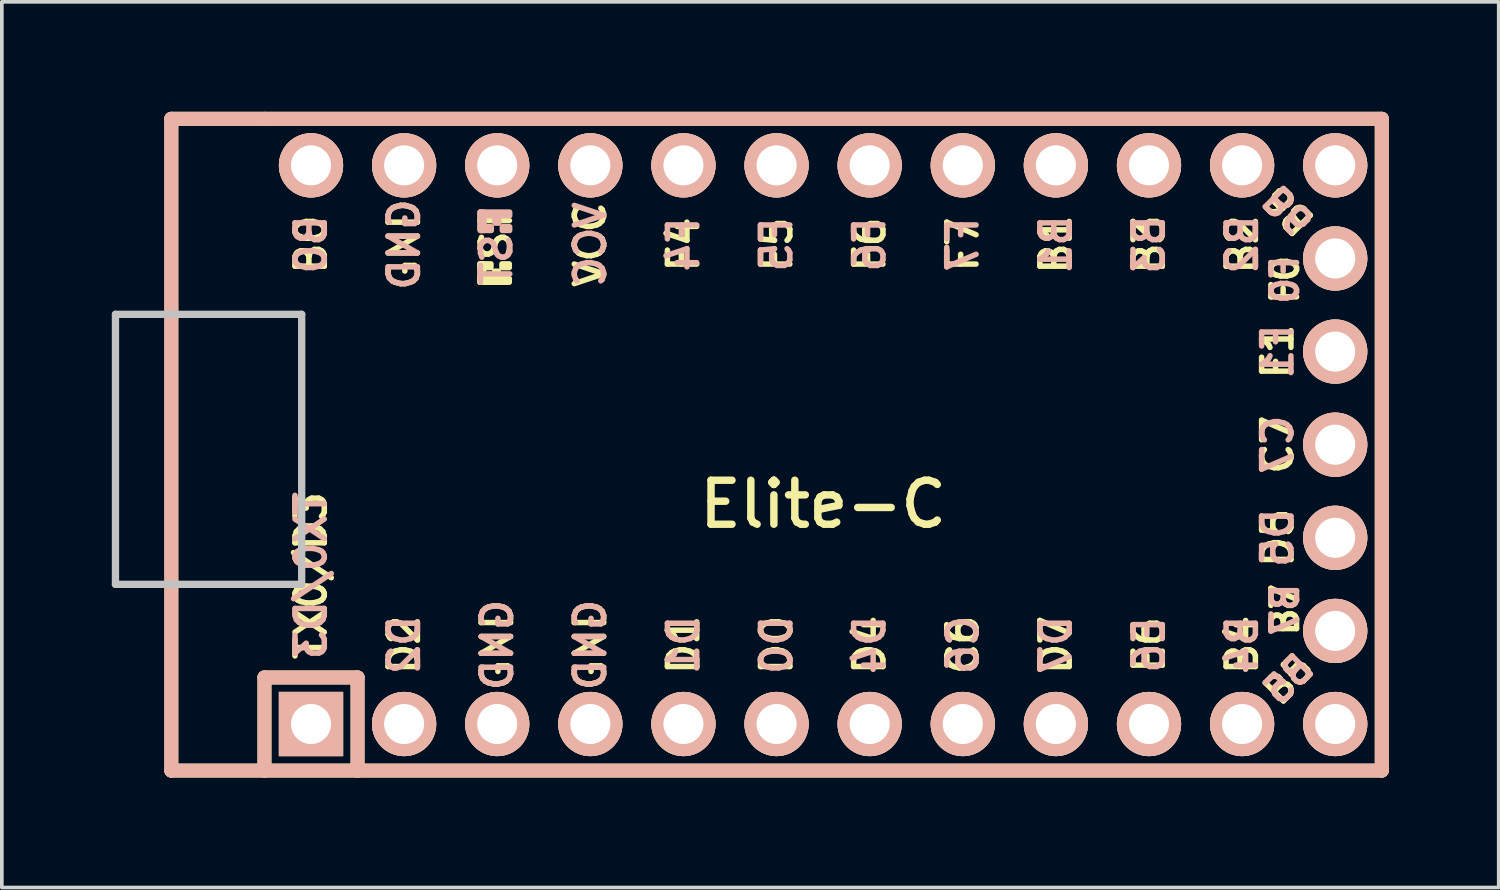
<source format=kicad_pcb>
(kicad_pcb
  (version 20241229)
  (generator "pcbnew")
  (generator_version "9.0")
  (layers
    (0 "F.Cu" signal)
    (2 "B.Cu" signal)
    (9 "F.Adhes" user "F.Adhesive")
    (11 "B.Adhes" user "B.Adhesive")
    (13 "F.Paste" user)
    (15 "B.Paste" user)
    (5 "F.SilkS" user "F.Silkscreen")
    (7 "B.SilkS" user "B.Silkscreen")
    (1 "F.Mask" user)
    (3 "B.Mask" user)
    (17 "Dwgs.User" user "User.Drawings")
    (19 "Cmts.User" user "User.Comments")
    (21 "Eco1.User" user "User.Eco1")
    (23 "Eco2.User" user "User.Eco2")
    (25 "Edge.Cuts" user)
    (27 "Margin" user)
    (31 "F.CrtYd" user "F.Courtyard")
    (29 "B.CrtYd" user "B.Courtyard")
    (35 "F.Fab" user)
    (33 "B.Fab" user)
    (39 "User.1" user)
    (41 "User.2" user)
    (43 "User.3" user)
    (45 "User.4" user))
  (footprint "Elite-C"
    (layer "F.Cu")
    (at 19.404 9.081)
    (property "Reference" "Elite-C" (at 0 1.625 0) (layer "F.SilkS") (effects (font (size 1.2 1.2) (thickness 0.203))))
    (attr through_hole)
    (fp_line (start -17.78 -8.89) (end -17.78 8.89) (stroke (width 0.381) (type solid)) (layer "F.SilkS"))
    (fp_line (start -17.78 8.89) (end -15.24 8.89) (stroke (width 0.381) (type solid)) (layer "F.SilkS"))
    (fp_line (start -15.24 -8.89) (end -17.78 -8.89) (stroke (width 0.381) (type solid)) (layer "F.SilkS"))
    (fp_line (start -15.24 6.35) (end -15.24 8.89) (stroke (width 0.381) (type solid)) (layer "F.SilkS"))
    (fp_line (start -15.24 6.35) (end -12.7 6.35) (stroke (width 0.381) (type solid)) (layer "F.SilkS"))
    (fp_line (start -15.24 8.89) (end 15.24 8.89) (stroke (width 0.381) (type solid)) (layer "F.SilkS"))
    (fp_line (start -12.7 6.35) (end -12.7 8.89) (stroke (width 0.381) (type solid)) (layer "F.SilkS"))
    (fp_line (start 15.24 -8.89) (end -15.24 -8.89) (stroke (width 0.381) (type solid)) (layer "F.SilkS"))
    (fp_line (start 15.24 8.89) (end 15.24 -8.89) (stroke (width 0.381) (type solid)) (layer "F.SilkS"))
    (fp_poly (pts (xy -9.361 -4.932) (xy -9.261 -4.932) (xy -9.261 -4.432) (xy -9.361 -4.432)) (stroke (width 0.15) (type solid)) (fill yes) (layer "F.SilkS"))
    (fp_poly (pts (xy -9.361 -4.932) (xy -9.061 -4.932) (xy -9.061 -4.832) (xy -9.361 -4.832)) (stroke (width 0.15) (type solid)) (fill yes) (layer "F.SilkS"))
    (fp_poly (pts (xy -9.361 -4.532) (xy -8.561 -4.532) (xy -8.561 -4.432) (xy -9.361 -4.432)) (stroke (width 0.15) (type solid)) (fill yes) (layer "F.SilkS"))
    (fp_poly (pts (xy -8.961 -4.732) (xy -8.861 -4.732) (xy -8.861 -4.632) (xy -8.961 -4.632)) (stroke (width 0.15) (type solid)) (fill yes) (layer "F.SilkS"))
    (fp_poly (pts (xy -8.761 -4.932) (xy -8.561 -4.932) (xy -8.561 -4.832) (xy -8.761 -4.832)) (stroke (width 0.15) (type solid)) (fill yes) (layer "F.SilkS"))
    (fp_line (start -17.78 -8.89) (end -17.78 8.89) (stroke (width 0.381) (type solid)) (layer "B.SilkS"))
    (fp_line (start -17.78 8.89) (end 15.24 8.89) (stroke (width 0.381) (type solid)) (layer "B.SilkS"))
    (fp_line (start -15.24 6.35) (end -15.24 8.89) (stroke (width 0.381) (type solid)) (layer "B.SilkS"))
    (fp_line (start -15.24 6.35) (end -12.7 6.35) (stroke (width 0.381) (type solid)) (layer "B.SilkS"))
    (fp_line (start -12.7 6.35) (end -12.7 8.89) (stroke (width 0.381) (type solid)) (layer "B.SilkS"))
    (fp_line (start 15.24 -8.89) (end -17.78 -8.89) (stroke (width 0.381) (type solid)) (layer "B.SilkS"))
    (fp_line (start 15.24 8.89) (end 15.24 -8.89) (stroke (width 0.381) (type solid)) (layer "B.SilkS"))
    (fp_poly (pts (xy -9.351 -6.245) (xy -8.551 -6.245) (xy -8.551 -6.345) (xy -9.351 -6.345)) (stroke (width 0.15) (type solid)) (fill yes) (layer "B.SilkS"))
    (fp_poly (pts (xy -9.351 -5.845) (xy -9.251 -5.845) (xy -9.251 -6.345) (xy -9.351 -6.345)) (stroke (width 0.15) (type solid)) (fill yes) (layer "B.SilkS"))
    (fp_poly (pts (xy -9.351 -5.845) (xy -9.051 -5.845) (xy -9.051 -5.945) (xy -9.351 -5.945)) (stroke (width 0.15) (type solid)) (fill yes) (layer "B.SilkS"))
    (fp_poly (pts (xy -8.951 -6.045) (xy -8.851 -6.045) (xy -8.851 -6.145) (xy -8.951 -6.145)) (stroke (width 0.15) (type solid)) (fill yes) (layer "B.SilkS"))
    (fp_poly (pts (xy -8.751 -5.845) (xy -8.551 -5.845) (xy -8.551 -5.945) (xy -8.751 -5.945)) (stroke (width 0.15) (type solid)) (fill yes) (layer "B.SilkS"))
    (fp_line (start -19.304 -3.556) (end -14.224 -3.556) (stroke (width 0.2) (type solid)) (layer "Dwgs.User"))
    (fp_line (start -19.304 3.81) (end -19.304 -3.556) (stroke (width 0.2) (type solid)) (layer "Dwgs.User"))
    (fp_line (start -14.224 -3.556) (end -14.224 3.81) (stroke (width 0.2) (type solid)) (layer "Dwgs.User"))
    (fp_line (start -14.224 3.81) (end -19.304 3.81) (stroke (width 0.2) (type solid)) (layer "Dwgs.User"))
    (fp_text user "GND" (at -11.43 -5.461 90) (layer "F.SilkS") (effects (font (size 0.8 0.8) (thickness 0.15))))
    (fp_text user "E6" (at 8.89 5.461 90) (layer "F.SilkS") (effects (font (size 0.8 0.8) (thickness 0.15))))
    (fp_text user "B1" (at 6.35 -5.461 90) (layer "F.SilkS") (effects (font (size 0.8 0.8) (thickness 0.15))))
    (fp_text user "B6" (at 12.7 -6.4 135) (unlocked yes) (layer "F.SilkS") (effects (font (size 0.7 0.7) (thickness 0.15))))
    (fp_text user "C6" (at 3.81 5.461 90) (layer "F.SilkS") (effects (font (size 0.8 0.8) (thickness 0.15))))
    (fp_text user "C7" (at 12.4 0 90) (layer "F.SilkS") (effects (font (size 0.8 0.8) (thickness 0.15))))
    (fp_text user "F5" (at -1.27 -5.461 90) (layer "F.SilkS") (effects (font (size 0.8 0.8) (thickness 0.15))))
    (fp_text user "F4" (at -3.81 -5.461 90) (layer "F.SilkS") (effects (font (size 0.8 0.8) (thickness 0.15))))
    (fp_text user "GND" (at -6.35 5.461 90) (layer "F.SilkS") (effects (font (size 0.8 0.8) (thickness 0.15))))
    (fp_text user "TX0/D3" (at -13.97 3.572 90) (layer "F.SilkS") (effects (font (size 0.8 0.8) (thickness 0.15))))
    (fp_text user "D7" (at 6.35 5.461 90) (layer "F.SilkS") (effects (font (size 0.8 0.8) (thickness 0.15))))
    (fp_text user "B4" (at 11.43 5.461 90) (layer "F.SilkS") (effects (font (size 0.8 0.8) (thickness 0.15))))
    (fp_text user "GND" (at -8.89 5.461 90) (layer "F.SilkS") (effects (font (size 0.8 0.8) (thickness 0.15))))
    (fp_text user "VCC" (at -6.35 -5.461 90) (layer "F.SilkS") (effects (font (size 0.8 0.8) (thickness 0.15))))
    (fp_text user "F6" (at 1.27 -5.461 90) (layer "F.SilkS") (effects (font (size 0.8 0.8) (thickness 0.15))))
    (fp_text user "F7" (at 3.81 -5.461 90) (layer "F.SilkS") (effects (font (size 0.8 0.8) (thickness 0.15))))
    (fp_text user "F1" (at 12.4 -2.54 90) (layer "F.SilkS") (effects (font (size 0.8 0.8) (thickness 0.15))))
    (fp_text user "D4" (at 1.27 5.461 90) (layer "F.SilkS") (effects (font (size 0.8 0.8) (thickness 0.15))))
    (fp_text user "D0" (at -1.27 5.461 90) (layer "F.SilkS") (effects (font (size 0.8 0.8) (thickness 0.15))))
    (fp_text user "B7" (at 12.6 4.5 90) (layer "F.SilkS") (effects (font (size 0.7 0.7) (thickness 0.15))))
    (fp_text user "B0" (at -13.97 -5.461 90) (layer "F.SilkS") (effects (font (size 0.8 0.8) (thickness 0.15))))
    (fp_text user "B3" (at 8.89 -5.461 90) (layer "F.SilkS") (effects (font (size 0.8 0.8) (thickness 0.15))))
    (fp_text user "B2" (at 11.43 -5.461 90) (layer "F.SilkS") (effects (font (size 0.8 0.8) (thickness 0.15))))
    (fp_text user "ST" (at -8.92 -5.733 90) (layer "F.SilkS") (effects (font (size 0.8 0.8) (thickness 0.15))))
    (fp_text user "D5" (at 12.4 2.54 90) (layer "F.SilkS") (effects (font (size 0.8 0.8) (thickness 0.15))))
    (fp_text user "D1" (at -3.81 5.461 90) (layer "F.SilkS") (effects (font (size 0.8 0.8) (thickness 0.15))))
    (fp_text user "F0" (at 12.6 -4.5 90) (layer "F.SilkS") (effects (font (size 0.7 0.7) (thickness 0.15))))
    (fp_text user "D2" (at -11.43 5.461 90) (layer "F.SilkS") (effects (font (size 0.8 0.8) (thickness 0.15))))
    (fp_text user "B5" (at 12.7 6.4 45) (layer "F.SilkS") (effects (font (size 0.7 0.7) (thickness 0.15))))
    (fp_text user "D5" (at 12.4 2.54 90) (layer "B.SilkS") (effects (font (size 0.8 0.8) (thickness 0.15)) (justify mirror)))
    (fp_text user "F7" (at 3.81 -5.461 90) (layer "B.SilkS") (effects (font (size 0.8 0.8) (thickness 0.15)) (justify mirror)))
    (fp_text user "F6" (at 1.27 -5.461 90) (layer "B.SilkS") (effects (font (size 0.8 0.8) (thickness 0.15)) (justify mirror)))
    (fp_text user "TX0/D3" (at -13.97 3.572 90) (layer "B.SilkS") (effects (font (size 0.8 0.8) (thickness 0.15)) (justify mirror)))
    (fp_text user "B7" (at 12.6 4.5 90) (layer "B.SilkS") (effects (font (size 0.7 0.7) (thickness 0.15)) (justify mirror)))
    (fp_text user "D2" (at -11.43 5.461 90) (layer "B.SilkS") (effects (font (size 0.8 0.8) (thickness 0.15)) (justify mirror)))
    (fp_text user "F0" (at 12.6 -4.5 90) (layer "B.SilkS") (effects (font (size 0.7 0.7) (thickness 0.15)) (justify mirror)))
    (fp_text user "B2" (at 11.43 -5.461 90) (layer "B.SilkS") (effects (font (size 0.8 0.8) (thickness 0.15)) (justify mirror)))
    (fp_text user "D0" (at -1.27 5.461 90) (layer "B.SilkS") (effects (font (size 0.8 0.8) (thickness 0.15)) (justify mirror)))
    (fp_text user "B5" (at 12.7 6.4 45) (layer "B.SilkS") (effects (font (size 0.7 0.7) (thickness 0.15)) (justify mirror)))
    (fp_text user "D1" (at -3.81 5.461 90) (layer "B.SilkS") (effects (font (size 0.8 0.8) (thickness 0.15)) (justify mirror)))
    (fp_text user "F1" (at 12.4 -2.54 90) (layer "B.SilkS") (effects (font (size 0.8 0.8) (thickness 0.15)) (justify mirror)))
    (fp_text user "ST" (at -8.91 -5.04 90) (layer "B.SilkS") (effects (font (size 0.8 0.8) (thickness 0.15)) (justify mirror)))
    (fp_text user "B1" (at 6.35 -5.461 90) (layer "B.SilkS") (effects (font (size 0.8 0.8) (thickness 0.15)) (justify mirror)))
    (fp_text user "C6" (at 3.81 5.461 90) (layer "B.SilkS") (effects (font (size 0.8 0.8) (thickness 0.15)) (justify mirror)))
    (fp_text user "F4" (at -3.81 -5.461 90) (layer "B.SilkS") (effects (font (size 0.8 0.8) (thickness 0.15)) (justify mirror)))
    (fp_text user "D4" (at 1.27 5.461 90) (layer "B.SilkS") (effects (font (size 0.8 0.8) (thickness 0.15)) (justify mirror)))
    (fp_text user "B6" (at 12.7 -6.4 135) (unlocked yes) (layer "B.SilkS") (effects (font (size 0.7 0.7) (thickness 0.15)) (justify mirror)))
    (fp_text user "D7" (at 6.35 5.461 90) (layer "B.SilkS") (effects (font (size 0.8 0.8) (thickness 0.15)) (justify mirror)))
    (fp_text user "VCC" (at -6.35 -5.461 90) (layer "B.SilkS") (effects (font (size 0.8 0.8) (thickness 0.15)) (justify mirror)))
    (fp_text user "GND" (at -8.89 5.461 90) (layer "B.SilkS") (effects (font (size 0.8 0.8) (thickness 0.15)) (justify mirror)))
    (fp_text user "C7" (at 12.4 0 90) (layer "B.SilkS") (effects (font (size 0.8 0.8) (thickness 0.15)) (justify mirror)))
    (fp_text user "B3" (at 8.89 -5.461 90) (layer "B.SilkS") (effects (font (size 0.8 0.8) (thickness 0.15)) (justify mirror)))
    (fp_text user "GND" (at -6.35 5.461 90) (layer "B.SilkS") (effects (font (size 0.8 0.8) (thickness 0.15)) (justify mirror)))
    (fp_text user "GND" (at -11.43 -5.461 90) (layer "B.SilkS") (effects (font (size 0.8 0.8) (thickness 0.15)) (justify mirror)))
    (fp_text user "E6" (at 8.89 5.461 90) (layer "B.SilkS") (effects (font (size 0.8 0.8) (thickness 0.15)) (justify mirror)))
    (fp_text user "B0" (at -13.97 -5.461 90) (layer "B.SilkS") (effects (font (size 0.8 0.8) (thickness 0.15)) (justify mirror)))
    (fp_text user "B4" (at 11.43 5.461 90) (layer "B.SilkS") (effects (font (size 0.8 0.8) (thickness 0.15)) (justify mirror)))
    (fp_text user "F5" (at -1.27 -5.461 90) (layer "B.SilkS") (effects (font (size 0.8 0.8) (thickness 0.15)) (justify mirror)))
    (pad "1" thru_hole rect (at -13.97 7.62) (size 1.753 1.753) (drill 1.092) (layers "*.Cu" "*.SilkS" "*.Mask"))
    (pad "2" thru_hole circle (at -11.43 7.62) (size 1.753 1.753) (drill 1.092) (layers "*.Cu" "*.SilkS" "*.Mask"))
    (pad "3" thru_hole circle (at -8.89 7.62) (size 1.753 1.753) (drill 1.092) (layers "*.Cu" "*.SilkS" "*.Mask"))
    (pad "4" thru_hole circle (at -6.35 7.62) (size 1.753 1.753) (drill 1.092) (layers "*.Cu" "*.SilkS" "*.Mask"))
    (pad "5" thru_hole circle (at -3.81 7.62) (size 1.753 1.753) (drill 1.092) (layers "*.Cu" "*.SilkS" "*.Mask"))
    (pad "6" thru_hole circle (at -1.27 7.62) (size 1.753 1.753) (drill 1.092) (layers "*.Cu" "*.SilkS" "*.Mask"))
    (pad "7" thru_hole circle (at 1.27 7.62) (size 1.753 1.753) (drill 1.092) (layers "*.Cu" "*.SilkS" "*.Mask"))
    (pad "8" thru_hole circle (at 3.81 7.62) (size 1.753 1.753) (drill 1.092) (layers "*.Cu" "*.SilkS" "*.Mask"))
    (pad "9" thru_hole circle (at 6.35 7.62) (size 1.753 1.753) (drill 1.092) (layers "*.Cu" "*.SilkS" "*.Mask"))
    (pad "10" thru_hole circle (at 8.89 7.62) (size 1.753 1.753) (drill 1.092) (layers "*.Cu" "*.SilkS" "*.Mask"))
    (pad "11" thru_hole circle (at 11.43 7.62) (size 1.753 1.753) (drill 1.092) (layers "*.Cu" "*.SilkS" "*.Mask"))
    (pad "12" thru_hole circle (at 13.97 7.62) (size 1.753 1.753) (drill 1.092) (layers "*.Cu" "*.SilkS" "*.Mask"))
    (pad "13" thru_hole circle (at 13.97 -7.62) (size 1.753 1.753) (drill 1.092) (layers "*.Cu" "*.SilkS" "*.Mask"))
    (pad "14" thru_hole circle (at 11.43 -7.62) (size 1.753 1.753) (drill 1.092) (layers "*.Cu" "*.SilkS" "*.Mask"))
    (pad "15" thru_hole circle (at 8.89 -7.62) (size 1.753 1.753) (drill 1.092) (layers "*.Cu" "*.SilkS" "*.Mask"))
    (pad "16" thru_hole circle (at 6.35 -7.62) (size 1.753 1.753) (drill 1.092) (layers "*.Cu" "*.SilkS" "*.Mask"))
    (pad "17" thru_hole circle (at 3.81 -7.62) (size 1.753 1.753) (drill 1.092) (layers "*.Cu" "*.SilkS" "*.Mask"))
    (pad "18" thru_hole circle (at 1.27 -7.62) (size 1.753 1.753) (drill 1.092) (layers "*.Cu" "*.SilkS" "*.Mask"))
    (pad "19" thru_hole circle (at -1.27 -7.62) (size 1.753 1.753) (drill 1.092) (layers "*.Cu" "*.SilkS" "*.Mask"))
    (pad "20" thru_hole circle (at -3.81 -7.62) (size 1.753 1.753) (drill 1.092) (layers "*.Cu" "*.SilkS" "*.Mask"))
    (pad "21" thru_hole circle (at -6.35 -7.62) (size 1.753 1.753) (drill 1.092) (layers "*.Cu" "*.SilkS" "*.Mask"))
    (pad "22" thru_hole circle (at -8.89 -7.62) (size 1.753 1.753) (drill 1.092) (layers "*.Cu" "*.SilkS" "*.Mask"))
    (pad "23" thru_hole circle (at -11.43 -7.62) (size 1.753 1.753) (drill 1.092) (layers "*.Cu" "*.SilkS" "*.Mask"))
    (pad "24" thru_hole circle (at -13.97 -7.62) (size 1.753 1.753) (drill 1.092) (layers "*.Cu" "*.SilkS" "*.Mask"))
    (pad "25" thru_hole circle (at 13.97 5.08) (size 1.753 1.753) (drill 1.092) (layers "*.Cu" "*.SilkS" "*.Mask"))
    (pad "26" thru_hole circle (at 13.97 2.54) (size 1.753 1.753) (drill 1.092) (layers "*.Cu" "*.SilkS" "*.Mask"))
    (pad "27" thru_hole circle (at 13.97 0) (size 1.753 1.753) (drill 1.092) (layers "*.Cu" "*.SilkS" "*.Mask"))
    (pad "28" thru_hole circle (at 13.97 -2.54) (size 1.753 1.753) (drill 1.092) (layers "*.Cu" "*.SilkS" "*.Mask"))
    (pad "29" thru_hole circle (at 13.97 -5.08) (size 1.753 1.753) (drill 1.092) (layers "*.Cu" "*.SilkS" "*.Mask")))
  (gr_rect
    (start -3 -3)
    (end 37.834 21.161)
    (stroke (width 0.1) (type default))
    (fill no)
    (layer "Edge.Cuts")))
</source>
